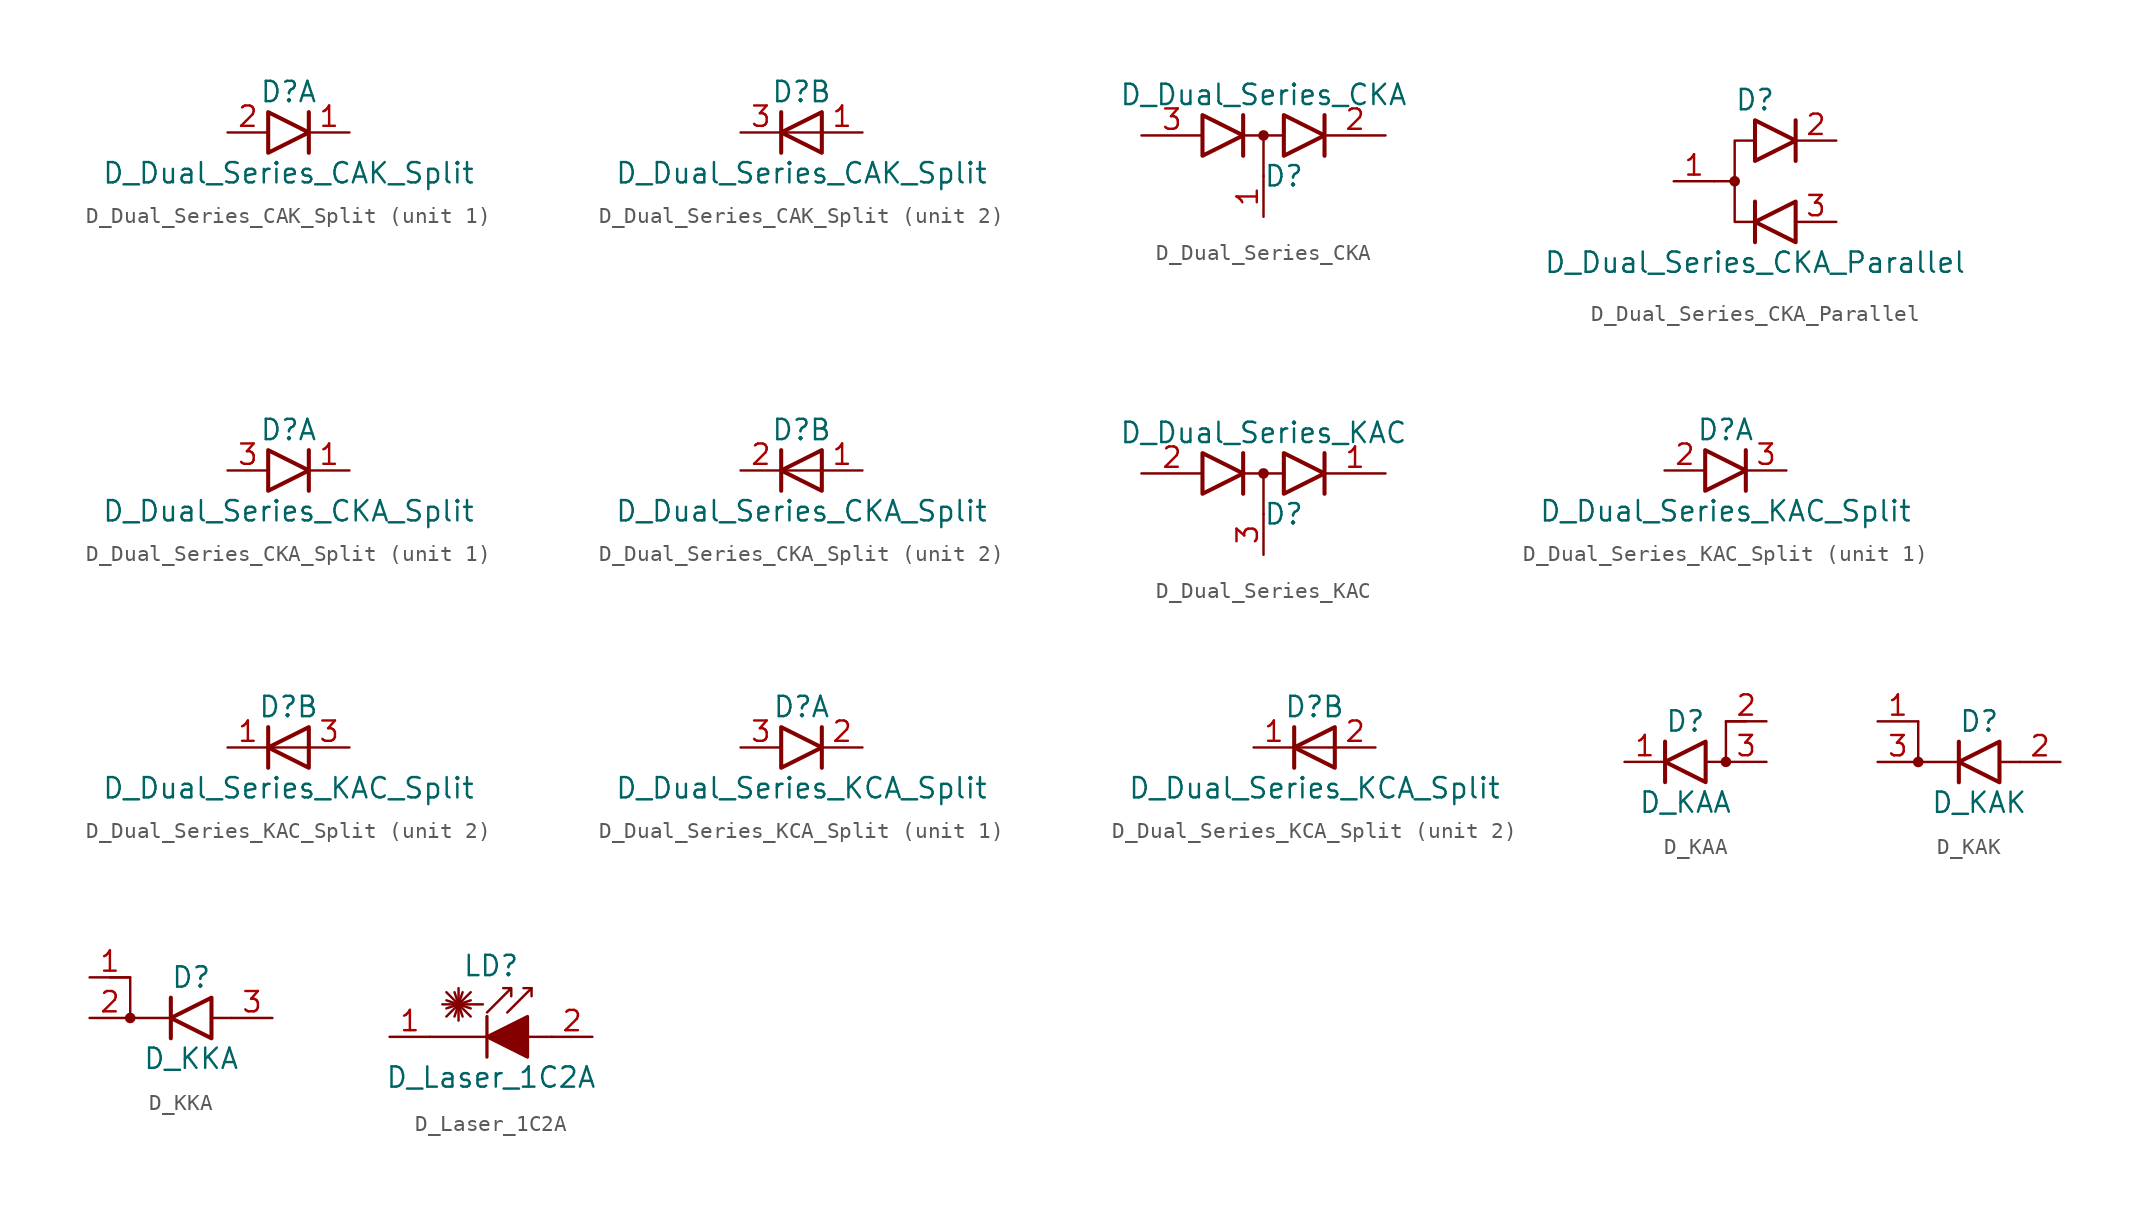
<source format=kicad_sym>
(kicad_symbol_lib
  (version 20241209)
  (generator "kicad_symbol_editor")
  (generator_version "9.0")
  (symbol "D_Dual_Series_CAK_Split"
    (pin_names
      (offset 0.762)
      (hide yes))
    (property "Reference" "D"
      (at 0 2.54 0)
      (effects (font (size 1.27 1.27))))
    (property "Value" "D_Dual_Series_CAK_Split"
      (at 0 -2.54 0)
      (effects (font (size 1.27 1.27))))
    (property "ki_locked" ""
      (at 0 0 0)
      (effects (font (size 1.27 1.27))))
    (symbol "D_Dual_Series_CAK_Split_0_1"
      (pin passive line (at 3.81 0 180) (length 2.54) (name "common" (effects (font (size 1.27 1.27)))) (number "1" (effects (font (size 1.27 1.27))))))
    (symbol "D_Dual_Series_CAK_Split_1_0"
      (polyline (pts (xy 1.27 1.27) (xy 1.27 -1.27)) (stroke (width 0.254) (type default)) (fill (type none))))
    (symbol "D_Dual_Series_CAK_Split_1_1"
      (polyline (pts (xy -1.27 1.27) (xy 1.27 0) (xy -1.27 -1.27) (xy -1.27 1.27) (xy -1.27 1.27) (xy -1.27 1.27)) (stroke (width 0.254) (type default)) (fill (type none)))
      (pin passive line (at -3.81 0 0) (length 2.54) (name "A" (effects (font (size 1.27 1.27)))) (number "2" (effects (font (size 1.27 1.27))))))
    (symbol "D_Dual_Series_CAK_Split_2_0"
      (polyline (pts (xy -1.27 1.27) (xy -1.27 -1.27)) (stroke (width 0.254) (type default)) (fill (type none))))
    (symbol "D_Dual_Series_CAK_Split_2_1"
      (polyline (pts (xy -1.27 0) (xy 1.27 0)) (stroke (width 0) (type default)) (fill (type none)))
      (polyline (pts (xy 1.27 1.27) (xy -1.27 0) (xy 1.27 -1.27) (xy 1.27 1.27) (xy 1.27 1.27) (xy 1.27 1.27)) (stroke (width 0.254) (type default)) (fill (type none)))
      (pin passive line (at -3.81 0 0) (length 2.54) (name "K" (effects (font (size 1.27 1.27)))) (number "3" (effects (font (size 1.27 1.27)))))))
  (symbol "D_Dual_Series_CKA"
    (pin_names
      (offset 0.762)
      (hide yes))
    (property "Reference" "D"
      (at 1.27 -2.54 0)
      (effects (font (size 1.27 1.27))))
    (property "Value" "D_Dual_Series_CKA"
      (at 0 2.54 0)
      (effects (font (size 1.27 1.27))))
    (symbol "D_Dual_Series_CKA_0_1"
      (polyline (pts (xy -3.81 1.27) (xy -1.27 0) (xy -3.81 -1.27) (xy -3.81 1.27) (xy -3.81 1.27) (xy -3.81 1.27)) (stroke (width 0.254) (type default)) (fill (type none)))
      (polyline (pts (xy -1.27 0) (xy 1.27 0)) (stroke (width 0) (type default)) (fill (type none)))
      (polyline (pts (xy -1.27 -1.27) (xy -1.27 1.27) (xy -1.27 1.27)) (stroke (width 0.254) (type default)) (fill (type none)))
      (polyline (pts (xy 0 0) (xy 0 -2.54)) (stroke (width 0) (type default)) (fill (type none)))
      (circle (center 0 0) (radius 0.254) (stroke (width 0) (type default)) (fill (type outline)))
      (polyline (pts (xy 1.27 1.27) (xy 3.81 0) (xy 1.27 -1.27) (xy 1.27 1.27) (xy 1.27 1.27) (xy 1.27 1.27)) (stroke (width 0.254) (type default)) (fill (type none)))
      (polyline (pts (xy 3.81 1.27) (xy 3.81 -1.27) (xy 3.81 -1.27)) (stroke (width 0.254) (type default)) (fill (type none)))
      (pin passive line (at -7.62 0 0) (length 3.81) (name "A" (effects (font (size 1.27 1.27)))) (number "3" (effects (font (size 1.27 1.27)))))
      (pin passive line (at 0 -5.08 90) (length 2.54) (name "common" (effects (font (size 1.27 1.27)))) (number "1" (effects (font (size 1.27 1.27)))))
      (pin passive line (at 7.62 0 180) (length 3.81) (name "K" (effects (font (size 1.27 1.27)))) (number "2" (effects (font (size 1.27 1.27)))))))
  (symbol "D_Dual_Series_CKA_Parallel"
    (pin_names
      (offset 0.762)
      (hide yes))
    (property "Reference" "D"
      (at 0 5.08 0)
      (effects (font (size 1.27 1.27))))
    (property "Value" "D_Dual_Series_CKA_Parallel"
      (at 0 -5.08 0)
      (effects (font (size 1.27 1.27))))
    (symbol "D_Dual_Series_CKA_Parallel_0_0"
      (polyline (pts (xy 0 -1.27) (xy 0 -3.81)) (stroke (width 0.254) (type default)) (fill (type none)))
      (polyline (pts (xy 2.54 3.81) (xy 2.54 1.27)) (stroke (width 0.254) (type default)) (fill (type none))))
    (symbol "D_Dual_Series_CKA_Parallel_0_1"
      (circle (center -1.27 0) (radius 0.254) (stroke (width 0) (type default)) (fill (type outline)))
      (polyline (pts (xy -1.27 0) (xy -2.54 0)) (stroke (width 0) (type default)) (fill (type none)))
      (polyline (pts (xy 0 3.81) (xy 2.54 2.54) (xy 0 1.27) (xy 0 3.81) (xy 0 3.81) (xy 0 3.81)) (stroke (width 0.254) (type default)) (fill (type none)))
      (polyline (pts (xy 0 2.54) (xy -1.27 2.54) (xy -1.27 -2.54) (xy 0 -2.54)) (stroke (width 0) (type default)) (fill (type none)))
      (polyline (pts (xy 2.54 -1.27) (xy 0 -2.54) (xy 2.54 -3.81) (xy 2.54 -1.27) (xy 2.54 -1.27) (xy 2.54 -1.27)) (stroke (width 0.254) (type default)) (fill (type none)))
      (pin passive line (at -5.08 0 0) (length 2.54) (name "common" (effects (font (size 1.27 1.27)))) (number "1" (effects (font (size 1.27 1.27)))))
      (pin passive line (at 5.08 2.54 180) (length 2.54) (name "K" (effects (font (size 1.27 1.27)))) (number "2" (effects (font (size 1.27 1.27)))))
      (pin passive line (at 5.08 -2.54 180) (length 2.54) (name "A" (effects (font (size 1.27 1.27)))) (number "3" (effects (font (size 1.27 1.27)))))))
  (symbol "D_Dual_Series_CKA_Split"
    (pin_names
      (offset 0.762)
      (hide yes))
    (property "Reference" "D"
      (at 0 2.54 0)
      (effects (font (size 1.27 1.27))))
    (property "Value" "D_Dual_Series_CKA_Split"
      (at 0 -2.54 0)
      (effects (font (size 1.27 1.27))))
    (property "ki_locked" ""
      (at 0 0 0)
      (effects (font (size 1.27 1.27))))
    (symbol "D_Dual_Series_CKA_Split_0_1"
      (pin passive line (at 3.81 0 180) (length 2.54) (name "common" (effects (font (size 1.27 1.27)))) (number "1" (effects (font (size 1.27 1.27))))))
    (symbol "D_Dual_Series_CKA_Split_1_0"
      (polyline (pts (xy 1.27 1.27) (xy 1.27 -1.27)) (stroke (width 0.254) (type default)) (fill (type none))))
    (symbol "D_Dual_Series_CKA_Split_1_1"
      (polyline (pts (xy -1.27 1.27) (xy 1.27 0) (xy -1.27 -1.27) (xy -1.27 1.27) (xy -1.27 1.27) (xy -1.27 1.27)) (stroke (width 0.254) (type default)) (fill (type none)))
      (pin passive line (at -3.81 0 0) (length 2.54) (name "A" (effects (font (size 1.27 1.27)))) (number "3" (effects (font (size 1.27 1.27))))))
    (symbol "D_Dual_Series_CKA_Split_2_0"
      (polyline (pts (xy -1.27 1.27) (xy -1.27 -1.27)) (stroke (width 0.254) (type default)) (fill (type none))))
    (symbol "D_Dual_Series_CKA_Split_2_1"
      (polyline (pts (xy -1.27 0) (xy 1.27 0)) (stroke (width 0) (type default)) (fill (type none)))
      (polyline (pts (xy 1.27 1.27) (xy -1.27 0) (xy 1.27 -1.27) (xy 1.27 1.27) (xy 1.27 1.27) (xy 1.27 1.27)) (stroke (width 0.254) (type default)) (fill (type none)))
      (pin passive line (at -3.81 0 0) (length 2.54) (name "K" (effects (font (size 1.27 1.27)))) (number "2" (effects (font (size 1.27 1.27)))))))
  (symbol "D_Dual_Series_KAC"
    (pin_names
      (offset 0.762)
      (hide yes))
    (property "Reference" "D"
      (at 1.27 -2.54 0)
      (effects (font (size 1.27 1.27))))
    (property "Value" "D_Dual_Series_KAC"
      (at 0 2.54 0)
      (effects (font (size 1.27 1.27))))
    (symbol "D_Dual_Series_KAC_0_1"
      (polyline (pts (xy -3.81 1.27) (xy -1.27 0) (xy -3.81 -1.27) (xy -3.81 1.27) (xy -3.81 1.27) (xy -3.81 1.27)) (stroke (width 0.254) (type default)) (fill (type none)))
      (polyline (pts (xy -1.27 -1.27) (xy -1.27 1.27) (xy -1.27 1.27)) (stroke (width 0.254) (type default)) (fill (type none)))
      (polyline (pts (xy 0 0) (xy 0 -2.54)) (stroke (width 0) (type default)) (fill (type none)))
      (circle (center 0 0) (radius 0.254) (stroke (width 0) (type default)) (fill (type outline)))
      (polyline (pts (xy 1.27 1.27) (xy 3.81 0) (xy 1.27 -1.27) (xy 1.27 1.27) (xy 1.27 1.27) (xy 1.27 1.27)) (stroke (width 0.254) (type default)) (fill (type none)))
      (polyline (pts (xy 1.27 0) (xy -1.27 0)) (stroke (width 0) (type default)) (fill (type none)))
      (polyline (pts (xy 3.81 1.27) (xy 3.81 -1.27) (xy 3.81 -1.27)) (stroke (width 0.254) (type default)) (fill (type none)))
      (pin passive line (at -7.62 0 0) (length 3.81) (name "A" (effects (font (size 1.27 1.27)))) (number "2" (effects (font (size 1.27 1.27)))))
      (pin passive line (at 0 -5.08 90) (length 2.54) (name "common" (effects (font (size 1.27 1.27)))) (number "3" (effects (font (size 1.27 1.27)))))
      (pin passive line (at 7.62 0 180) (length 3.81) (name "K" (effects (font (size 1.27 1.27)))) (number "1" (effects (font (size 1.27 1.27)))))))
  (symbol "D_Dual_Series_KAC_Split"
    (pin_names
      (offset 0.762)
      (hide yes))
    (property "Reference" "D"
      (at 0 2.54 0)
      (effects (font (size 1.27 1.27))))
    (property "Value" "D_Dual_Series_KAC_Split"
      (at 0 -2.54 0)
      (effects (font (size 1.27 1.27))))
    (property "ki_locked" ""
      (at 0 0 0)
      (effects (font (size 1.27 1.27))))
    (symbol "D_Dual_Series_KAC_Split_0_1"
      (pin passive line (at 3.81 0 180) (length 2.54) (name "common" (effects (font (size 1.27 1.27)))) (number "3" (effects (font (size 1.27 1.27))))))
    (symbol "D_Dual_Series_KAC_Split_1_0"
      (polyline (pts (xy 1.27 1.27) (xy 1.27 -1.27)) (stroke (width 0.254) (type default)) (fill (type none))))
    (symbol "D_Dual_Series_KAC_Split_1_1"
      (polyline (pts (xy -1.27 1.27) (xy 1.27 0) (xy -1.27 -1.27) (xy -1.27 1.27) (xy -1.27 1.27) (xy -1.27 1.27)) (stroke (width 0.254) (type default)) (fill (type none)))
      (pin passive line (at -3.81 0 0) (length 2.54) (name "A" (effects (font (size 1.27 1.27)))) (number "2" (effects (font (size 1.27 1.27))))))
    (symbol "D_Dual_Series_KAC_Split_2_0"
      (polyline (pts (xy -1.27 1.27) (xy -1.27 -1.27)) (stroke (width 0.254) (type default)) (fill (type none))))
    (symbol "D_Dual_Series_KAC_Split_2_1"
      (polyline (pts (xy -1.27 0) (xy 1.27 0)) (stroke (width 0) (type default)) (fill (type none)))
      (polyline (pts (xy 1.27 1.27) (xy -1.27 0) (xy 1.27 -1.27) (xy 1.27 1.27) (xy 1.27 1.27) (xy 1.27 1.27)) (stroke (width 0.254) (type default)) (fill (type none)))
      (pin passive line (at -3.81 0 0) (length 2.54) (name "K" (effects (font (size 1.27 1.27)))) (number "1" (effects (font (size 1.27 1.27)))))))
  (symbol "D_Dual_Series_KCA_Split"
    (pin_names
      (offset 0.762)
      (hide yes))
    (property "Reference" "D"
      (at 0 2.54 0)
      (effects (font (size 1.27 1.27))))
    (property "Value" "D_Dual_Series_KCA_Split"
      (at 0 -2.54 0)
      (effects (font (size 1.27 1.27))))
    (property "ki_locked" ""
      (at 0 0 0)
      (effects (font (size 1.27 1.27))))
    (symbol "D_Dual_Series_KCA_Split_0_1"
      (pin passive line (at 3.81 0 180) (length 2.54) (name "common" (effects (font (size 1.27 1.27)))) (number "2" (effects (font (size 1.27 1.27))))))
    (symbol "D_Dual_Series_KCA_Split_1_0"
      (polyline (pts (xy 1.27 1.27) (xy 1.27 -1.27)) (stroke (width 0.254) (type default)) (fill (type none))))
    (symbol "D_Dual_Series_KCA_Split_1_1"
      (polyline (pts (xy -1.27 1.27) (xy 1.27 0) (xy -1.27 -1.27) (xy -1.27 1.27) (xy -1.27 1.27) (xy -1.27 1.27)) (stroke (width 0.254) (type default)) (fill (type none)))
      (pin passive line (at -3.81 0 0) (length 2.54) (name "A" (effects (font (size 1.27 1.27)))) (number "3" (effects (font (size 1.27 1.27))))))
    (symbol "D_Dual_Series_KCA_Split_2_0"
      (polyline (pts (xy -1.27 1.27) (xy -1.27 -1.27)) (stroke (width 0.254) (type default)) (fill (type none))))
    (symbol "D_Dual_Series_KCA_Split_2_1"
      (polyline (pts (xy -1.27 0) (xy 1.27 0)) (stroke (width 0) (type default)) (fill (type none)))
      (polyline (pts (xy 1.27 1.27) (xy -1.27 0) (xy 1.27 -1.27) (xy 1.27 1.27) (xy 1.27 1.27) (xy 1.27 1.27)) (stroke (width 0.254) (type default)) (fill (type none)))
      (pin passive line (at -3.81 0 0) (length 2.54) (name "K" (effects (font (size 1.27 1.27)))) (number "1" (effects (font (size 1.27 1.27)))))))
  (symbol "D_KAA"
    (pin_names
      (offset 0)
      (hide yes))
    (property "Reference" "D"
      (at 0 2.54 0)
      (effects (font (size 1.27 1.27))))
    (property "Value" "D_KAA"
      (at 0 -2.54 0)
      (effects (font (size 1.27 1.27))))
    (symbol "D_KAA_0_1"
      (polyline (pts (xy -1.27 1.27) (xy -1.27 -1.27)) (stroke (width 0.254) (type default)) (fill (type none)))
      (polyline (pts (xy 1.27 1.27) (xy 1.27 -1.27) (xy -1.27 0) (xy 1.27 1.27)) (stroke (width 0.254) (type default)) (fill (type none)))
      (circle (center 2.54 0) (radius 0.254) (stroke (width 0) (type default)) (fill (type outline)))
      (polyline (pts (xy 3.81 2.54) (xy 2.54 2.54) (xy 2.54 0) (xy 1.27 0)) (stroke (width 0) (type default)) (fill (type none))))
    (symbol "D_KAA_1_1"
      (pin passive line (at -3.81 0 0) (length 2.54) (name "K" (effects (font (size 1.27 1.27)))) (number "1" (effects (font (size 1.27 1.27)))))
      (pin passive line (at 5.08 2.54 180) (length 2.54) (name "A" (effects (font (size 1.27 1.27)))) (number "2" (effects (font (size 1.27 1.27)))))
      (pin passive line (at 5.08 0 180) (length 2.54) (name "A" (effects (font (size 1.27 1.27)))) (number "3" (effects (font (size 1.27 1.27)))))))
  (symbol "D_KAK"
    (pin_names
      (offset 0)
      (hide yes))
    (property "Reference" "D"
      (at 0 2.54 0)
      (effects (font (size 1.27 1.27))))
    (property "Value" "D_KAK"
      (at 0 -2.54 0)
      (effects (font (size 1.27 1.27))))
    (symbol "D_KAK_0_1"
      (polyline (pts (xy -3.81 2.54) (xy -3.81 0) (xy -1.27 0)) (stroke (width 0) (type default)) (fill (type none)))
      (circle (center -3.81 0) (radius 0.254) (stroke (width 0) (type default)) (fill (type outline)))
      (polyline (pts (xy -1.27 1.27) (xy -1.27 -1.27)) (stroke (width 0.254) (type default)) (fill (type none)))
      (polyline (pts (xy 1.27 1.27) (xy 1.27 -1.27) (xy -1.27 0) (xy 1.27 1.27)) (stroke (width 0.254) (type default)) (fill (type none)))
      (polyline (pts (xy 2.54 0) (xy 1.27 0)) (stroke (width 0) (type default)) (fill (type none))))
    (symbol "D_KAK_1_1"
      (pin passive line (at -6.35 2.54 0) (length 2.54) (name "K" (effects (font (size 1.27 1.27)))) (number "1" (effects (font (size 1.27 1.27)))))
      (pin passive line (at -6.35 0 0) (length 2.54) (name "K" (effects (font (size 1.27 1.27)))) (number "3" (effects (font (size 1.27 1.27)))))
      (pin passive line (at 5.08 0 180) (length 2.54) (name "A" (effects (font (size 1.27 1.27)))) (number "2" (effects (font (size 1.27 1.27)))))))
  (symbol "D_KKA"
    (pin_names
      (offset 0)
      (hide yes))
    (property "Reference" "D"
      (at 0 2.54 0)
      (effects (font (size 1.27 1.27))))
    (property "Value" "D_KKA"
      (at 0 -2.54 0)
      (effects (font (size 1.27 1.27))))
    (symbol "D_KKA_0_1"
      (polyline (pts (xy -5.08 2.54) (xy -3.81 2.54) (xy -3.81 0) (xy -1.27 0)) (stroke (width 0) (type default)) (fill (type none)))
      (circle (center -3.81 0) (radius 0.254) (stroke (width 0) (type default)) (fill (type outline)))
      (polyline (pts (xy -1.27 1.27) (xy -1.27 -1.27)) (stroke (width 0.254) (type default)) (fill (type none)))
      (polyline (pts (xy 1.27 1.27) (xy 1.27 -1.27) (xy -1.27 0) (xy 1.27 1.27)) (stroke (width 0.254) (type default)) (fill (type none)))
      (polyline (pts (xy 2.54 0) (xy 1.27 0)) (stroke (width 0) (type default)) (fill (type none))))
    (symbol "D_KKA_1_1"
      (pin passive line (at -6.35 2.54 0) (length 2.54) (name "K" (effects (font (size 1.27 1.27)))) (number "1" (effects (font (size 1.27 1.27)))))
      (pin passive line (at -6.35 0 0) (length 2.54) (name "K" (effects (font (size 1.27 1.27)))) (number "2" (effects (font (size 1.27 1.27)))))
      (pin passive line (at 5.08 0 180) (length 2.54) (name "A" (effects (font (size 1.27 1.27)))) (number "3" (effects (font (size 1.27 1.27)))))))
  (symbol "D_Laser_1C2A"
    (pin_names
      (offset 1.016)
      (hide yes))
    (property "Reference" "LD"
      (at -1.27 4.445 0)
      (effects (font (size 1.27 1.27))))
    (property "Value" "D_Laser_1C2A"
      (at -1.27 -2.54 0)
      (effects (font (size 1.27 1.27))))
    (symbol "D_Laser_1C2A_0_1"
      (polyline (pts (xy -4.064 2.794) (xy -2.54 1.27)) (stroke (width 0) (type default)) (fill (type none)))
      (polyline (pts (xy -4.064 2.286) (xy -2.54 1.778)) (stroke (width 0) (type default)) (fill (type none)))
      (polyline (pts (xy -4.064 1.778) (xy -2.54 2.286)) (stroke (width 0) (type default)) (fill (type none)))
      (polyline (pts (xy -4.064 1.27) (xy -2.54 2.794)) (stroke (width 0) (type default)) (fill (type none)))
      (polyline (pts (xy -3.556 2.794) (xy -3.048 1.27)) (stroke (width 0) (type default)) (fill (type none)))
      (polyline (pts (xy -3.302 2.032) (xy -3.302 3.048)) (stroke (width 0) (type default)) (fill (type none)))
      (polyline (pts (xy -3.302 2.032) (xy -3.302 1.016)) (stroke (width 0) (type default)) (fill (type none)))
      (polyline (pts (xy -3.048 2.794) (xy -3.556 1.27)) (stroke (width 0) (type default)) (fill (type none)))
      (polyline (pts (xy -1.778 2.032) (xy -4.318 2.032)) (stroke (width 0) (type default)) (fill (type none)))
      (polyline (pts (xy -1.524 1.524) (xy 0 3.048) (xy 0 2.54) (xy 0 3.048) (xy -0.508 3.048)) (stroke (width 0) (type default)) (fill (type none)))
      (polyline (pts (xy -1.524 1.27) (xy -1.524 -1.27)) (stroke (width 0.203) (type default)) (fill (type none)))
      (polyline (pts (xy -0.254 1.524) (xy 1.27 3.048) (xy 1.27 2.54)) (stroke (width 0) (type default)) (fill (type none)))
      (polyline (pts (xy 1.27 3.048) (xy 0.762 3.048)) (stroke (width 0) (type default)) (fill (type none)))
      (polyline (pts (xy 2.54 0) (xy -5.08 0)) (stroke (width 0) (type default)) (fill (type none))))
    (symbol "D_Laser_1C2A_1_1"
      (polyline (pts (xy 1.016 1.27) (xy 1.016 -1.27) (xy -1.524 0) (xy 1.016 1.27)) (stroke (width 0.203) (type solid)) (fill (type outline)))
      (pin passive line (at -7.62 0 0) (length 2.54) (name "K" (effects (font (size 1.27 1.27)))) (number "1" (effects (font (size 1.27 1.27)))))
      (pin passive line (at 5.08 0 180) (length 2.54) (name "A" (effects (font (size 1.27 1.27)))) (number "2" (effects (font (size 1.27 1.27))))))))
</source>
